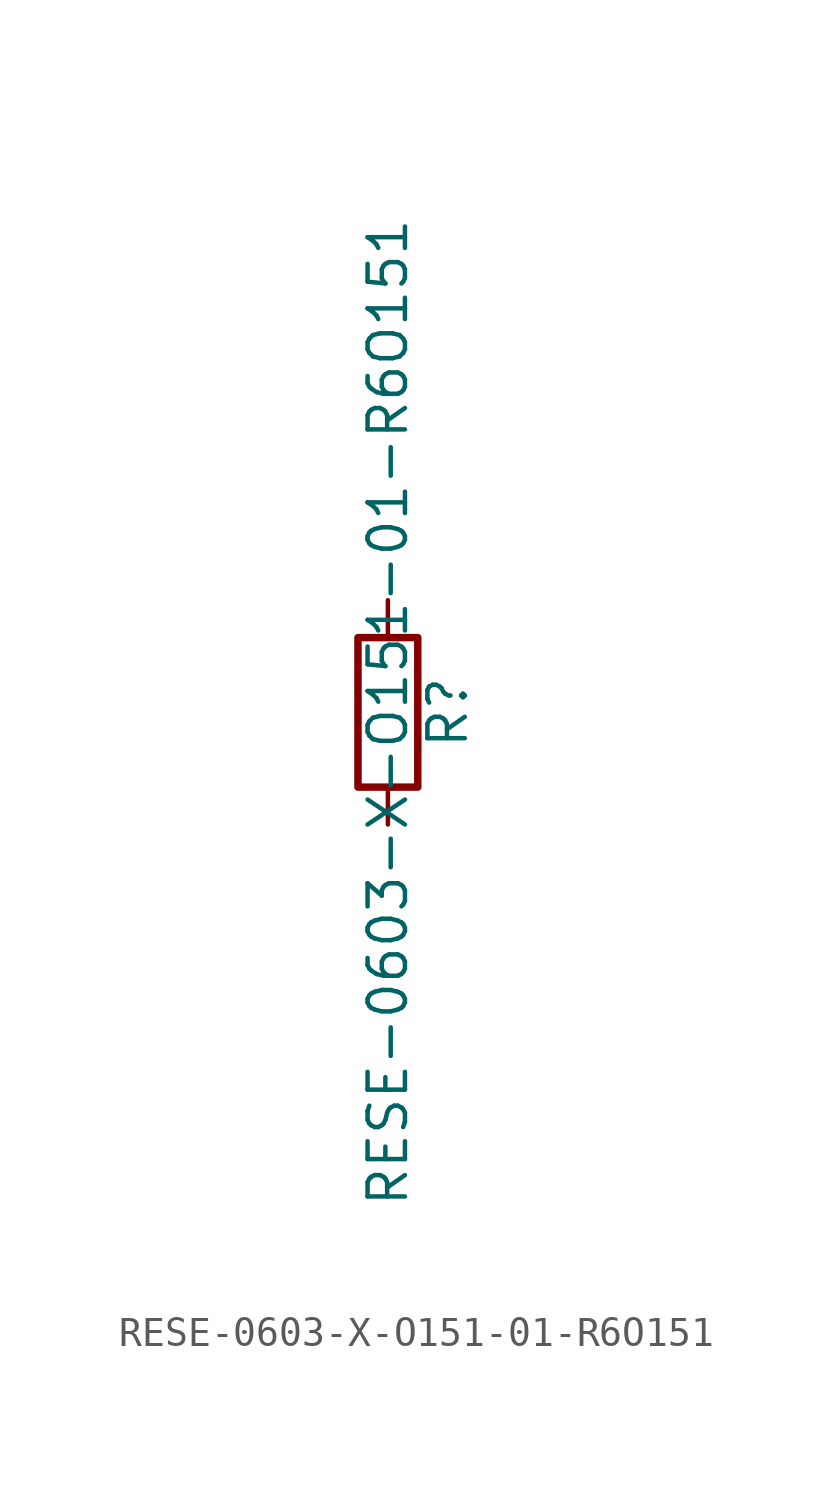
<source format=kicad_sym>
(kicad_symbol_lib
  (version 20211014)
  (generator kicad_symbol_editor)
  (symbol "RESE-0603-X-O151-01-R6O151"
    (pin_numbers hide)
    (pin_names
      (offset 0))
    (property "Reference" "R"
      (at 2.032 0 90)
      (effects (font (size 1.27 1.27))))
    (property "Value" "RESE-0603-X-O151-01-R6O151"
      (at 0 0 90)
      (effects (font (size 1.27 1.27))))
    (symbol "RESE-0603-X-O151-01-R6O151_0_1"
      (rectangle (start -1.016 -2.54) (end 1.016 2.54) (stroke (width 0.254) (type default) (color 0 0 0 0)) (fill (type none))))
    (symbol "RESE-0603-X-O151-01-R6O151_1_1"
      (pin passive line (at 0 3.81 270) (length 1.27) (name "~" (effects (font (size 1.27 1.27)))) (number "1" (effects (font (size 1.27 1.27)))))
      (pin passive line (at 0 -3.81 90) (length 1.27) (name "~" (effects (font (size 1.27 1.27)))) (number "2" (effects (font (size 1.27 1.27))))))))
</source>
